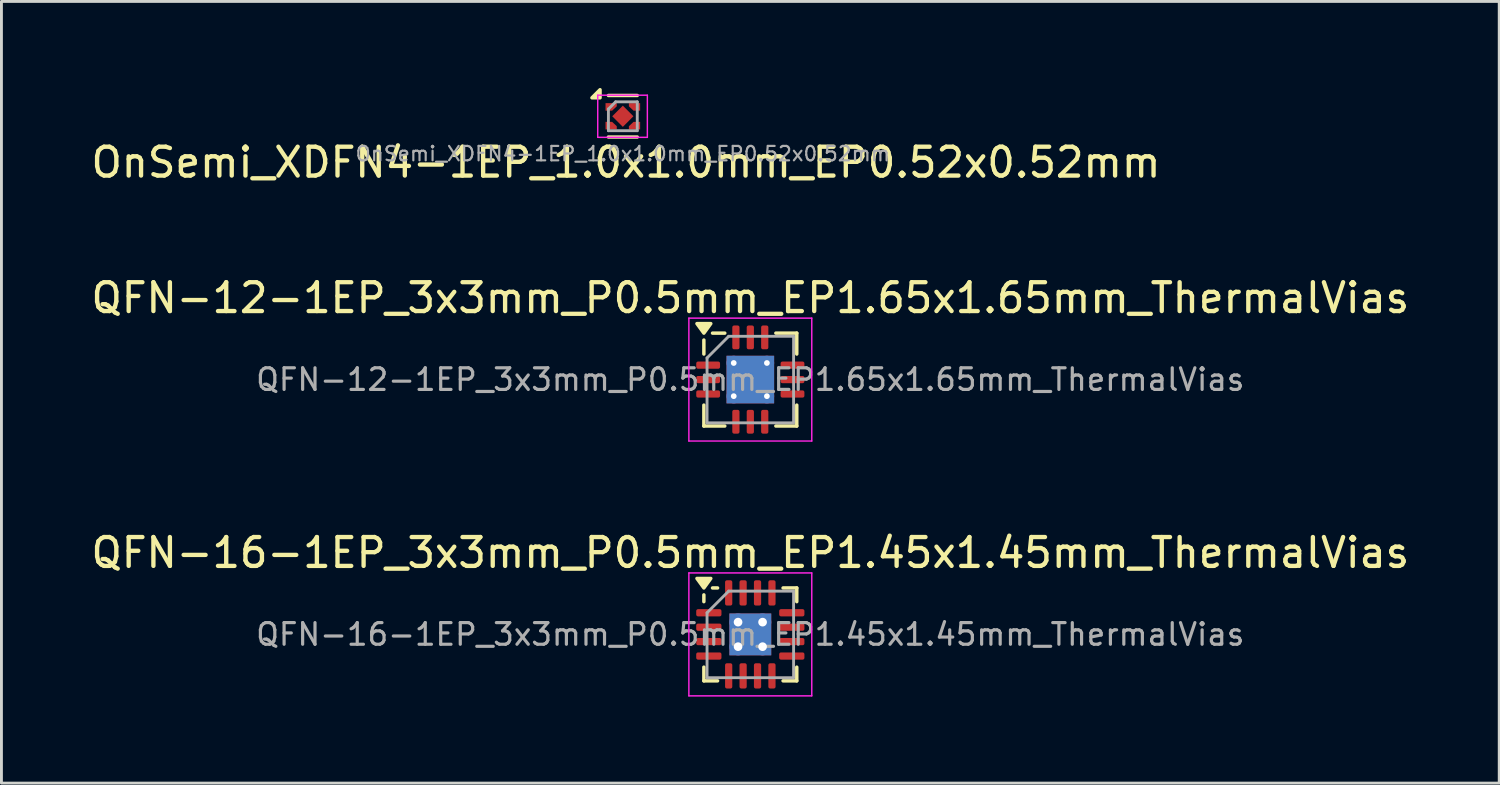
<source format=kicad_pcb>
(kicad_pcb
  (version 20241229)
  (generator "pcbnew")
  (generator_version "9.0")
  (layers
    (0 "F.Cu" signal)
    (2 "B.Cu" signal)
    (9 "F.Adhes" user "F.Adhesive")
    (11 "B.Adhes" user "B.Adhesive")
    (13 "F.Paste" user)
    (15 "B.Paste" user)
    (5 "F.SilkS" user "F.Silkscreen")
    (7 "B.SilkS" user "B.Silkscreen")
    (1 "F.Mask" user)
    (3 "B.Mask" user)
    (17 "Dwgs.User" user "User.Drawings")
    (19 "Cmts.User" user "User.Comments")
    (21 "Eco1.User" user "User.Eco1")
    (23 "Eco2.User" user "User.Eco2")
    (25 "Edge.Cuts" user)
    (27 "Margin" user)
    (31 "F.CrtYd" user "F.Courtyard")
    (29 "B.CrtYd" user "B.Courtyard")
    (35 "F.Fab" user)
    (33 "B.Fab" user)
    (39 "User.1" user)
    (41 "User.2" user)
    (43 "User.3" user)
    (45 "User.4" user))
  (footprint "QFN-16-1EP_3x3mm_P0.5mm_EP1.45x1.45mm_ThermalVias"
    (layer "F.Cu")
    (at 22.958 18.94)
    (property "Reference" "QFN-16-1EP_3x3mm_P0.5mm_EP1.45x1.45mm_ThermalVias" (at 0 -2.83 0) (layer "F.SilkS") (effects (font (size 1 1) (thickness 0.15))))
    (attr smd)
    (fp_line (start -1.61 -1.135) (end -1.61 -1.37) (stroke (width 0.12) (type solid)) (layer "F.SilkS"))
    (fp_line (start -1.61 1.61) (end -1.61 1.135) (stroke (width 0.12) (type solid)) (layer "F.SilkS"))
    (fp_line (start -1.135 -1.61) (end -1.31 -1.61) (stroke (width 0.12) (type solid)) (layer "F.SilkS"))
    (fp_line (start -1.135 1.61) (end -1.61 1.61) (stroke (width 0.12) (type solid)) (layer "F.SilkS"))
    (fp_line (start 1.135 -1.61) (end 1.61 -1.61) (stroke (width 0.12) (type solid)) (layer "F.SilkS"))
    (fp_line (start 1.135 1.61) (end 1.61 1.61) (stroke (width 0.12) (type solid)) (layer "F.SilkS"))
    (fp_line (start 1.61 -1.61) (end 1.61 -1.135) (stroke (width 0.12) (type solid)) (layer "F.SilkS"))
    (fp_line (start 1.61 1.61) (end 1.61 1.135) (stroke (width 0.12) (type solid)) (layer "F.SilkS"))
    (fp_poly (pts (xy -1.61 -1.61) (xy -1.85 -1.94) (xy -1.37 -1.94) (xy -1.61 -1.61)) (stroke (width 0.12) (type solid)) (fill yes) (layer "F.SilkS"))
    (fp_line (start -2.13 -2.13) (end -2.13 2.13) (stroke (width 0.05) (type solid)) (layer "F.CrtYd"))
    (fp_line (start -2.13 2.13) (end 2.13 2.13) (stroke (width 0.05) (type solid)) (layer "F.CrtYd"))
    (fp_line (start 2.13 -2.13) (end -2.13 -2.13) (stroke (width 0.05) (type solid)) (layer "F.CrtYd"))
    (fp_line (start 2.13 2.13) (end 2.13 -2.13) (stroke (width 0.05) (type solid)) (layer "F.CrtYd"))
    (fp_line (start -1.5 -0.75) (end -0.75 -1.5) (stroke (width 0.1) (type solid)) (layer "F.Fab"))
    (fp_line (start -1.5 1.5) (end -1.5 -0.75) (stroke (width 0.1) (type solid)) (layer "F.Fab"))
    (fp_line (start -0.75 -1.5) (end 1.5 -1.5) (stroke (width 0.1) (type solid)) (layer "F.Fab"))
    (fp_line (start 1.5 -1.5) (end 1.5 1.5) (stroke (width 0.1) (type solid)) (layer "F.Fab"))
    (fp_line (start 1.5 1.5) (end -1.5 1.5) (stroke (width 0.1) (type solid)) (layer "F.Fab"))
    (fp_text user "${REFERENCE}" (at 0 0 0) (layer "F.Fab") (effects (font (size 0.75 0.75) (thickness 0.11))))
    (pad "" smd roundrect (at -0.4 -0.4) (size 0.63 0.63) (layers "F.Paste") (roundrect_rratio 0.25))
    (pad "" smd roundrect (at -0.4 0.4) (size 0.63 0.63) (layers "F.Paste") (roundrect_rratio 0.25))
    (pad "" smd roundrect (at 0.4 -0.4) (size 0.63 0.63) (layers "F.Paste") (roundrect_rratio 0.25))
    (pad "" smd roundrect (at 0.4 0.4) (size 0.63 0.63) (layers "F.Paste") (roundrect_rratio 0.25))
    (pad "1" smd roundrect (at -1.438 -0.75) (size 0.875 0.25) (layers "F.Cu" "F.Mask" "F.Paste") (roundrect_rratio 0.25))
    (pad "2" smd roundrect (at -1.438 -0.25) (size 0.875 0.25) (layers "F.Cu" "F.Mask" "F.Paste") (roundrect_rratio 0.25))
    (pad "3" smd roundrect (at -1.438 0.25) (size 0.875 0.25) (layers "F.Cu" "F.Mask" "F.Paste") (roundrect_rratio 0.25))
    (pad "4" smd roundrect (at -1.438 0.75) (size 0.875 0.25) (layers "F.Cu" "F.Mask" "F.Paste") (roundrect_rratio 0.25))
    (pad "5" smd roundrect (at -0.75 1.438) (size 0.25 0.875) (layers "F.Cu" "F.Mask" "F.Paste") (roundrect_rratio 0.25))
    (pad "6" smd roundrect (at -0.25 1.438) (size 0.25 0.875) (layers "F.Cu" "F.Mask" "F.Paste") (roundrect_rratio 0.25))
    (pad "7" smd roundrect (at 0.25 1.438) (size 0.25 0.875) (layers "F.Cu" "F.Mask" "F.Paste") (roundrect_rratio 0.25))
    (pad "8" smd roundrect (at 0.75 1.438) (size 0.25 0.875) (layers "F.Cu" "F.Mask" "F.Paste") (roundrect_rratio 0.25))
    (pad "9" smd roundrect (at 1.438 0.75) (size 0.875 0.25) (layers "F.Cu" "F.Mask" "F.Paste") (roundrect_rratio 0.25))
    (pad "10" smd roundrect (at 1.438 0.25) (size 0.875 0.25) (layers "F.Cu" "F.Mask" "F.Paste") (roundrect_rratio 0.25))
    (pad "11" smd roundrect (at 1.438 -0.25) (size 0.875 0.25) (layers "F.Cu" "F.Mask" "F.Paste") (roundrect_rratio 0.25))
    (pad "12" smd roundrect (at 1.438 -0.75) (size 0.875 0.25) (layers "F.Cu" "F.Mask" "F.Paste") (roundrect_rratio 0.25))
    (pad "13" smd roundrect (at 0.75 -1.438) (size 0.25 0.875) (layers "F.Cu" "F.Mask" "F.Paste") (roundrect_rratio 0.25))
    (pad "14" smd roundrect (at 0.25 -1.438) (size 0.25 0.875) (layers "F.Cu" "F.Mask" "F.Paste") (roundrect_rratio 0.25))
    (pad "15" smd roundrect (at -0.25 -1.438) (size 0.25 0.875) (layers "F.Cu" "F.Mask" "F.Paste") (roundrect_rratio 0.25))
    (pad "16" smd roundrect (at -0.75 -1.438) (size 0.25 0.875) (layers "F.Cu" "F.Mask" "F.Paste") (roundrect_rratio 0.25))
    (pad "17" thru_hole circle (at -0.425 -0.425) (size 0.6 0.6) (drill 0.3) (property pad_prop_heatsink) (layers "*.Cu"))
    (pad "17" thru_hole circle (at -0.425 0.425) (size 0.6 0.6) (drill 0.3) (property pad_prop_heatsink) (layers "*.Cu"))
    (pad "17" smd rect (at 0 0) (size 1.45 1.45) (property pad_prop_heatsink) (layers "F.Cu" "F.Mask"))
    (pad "17" smd rect (at 0 0) (size 1.45 1.45) (property pad_prop_heatsink) (layers "B.Cu"))
    (pad "17" thru_hole circle (at 0.425 -0.425) (size 0.6 0.6) (drill 0.3) (property pad_prop_heatsink) (layers "*.Cu"))
    (pad "17" thru_hole circle (at 0.425 0.425) (size 0.6 0.6) (drill 0.3) (property pad_prop_heatsink) (layers "*.Cu")))
  (footprint "QFN-12-1EP_3x3mm_P0.5mm_EP1.65x1.65mm_ThermalVias"
    (layer "F.Cu")
    (at 22.958 10.107)
    (property "Reference" "QFN-12-1EP_3x3mm_P0.5mm_EP1.65x1.65mm_ThermalVias" (at 0 -2.83 0) (layer "F.SilkS") (effects (font (size 1 1) (thickness 0.15))))
    (attr smd)
    (fp_line (start -1.61 -0.885) (end -1.61 -1.37) (stroke (width 0.12) (type solid)) (layer "F.SilkS"))
    (fp_line (start -1.61 1.61) (end -1.61 0.885) (stroke (width 0.12) (type solid)) (layer "F.SilkS"))
    (fp_line (start -0.885 -1.61) (end -1.31 -1.61) (stroke (width 0.12) (type solid)) (layer "F.SilkS"))
    (fp_line (start -0.885 1.61) (end -1.61 1.61) (stroke (width 0.12) (type solid)) (layer "F.SilkS"))
    (fp_line (start 0.885 -1.61) (end 1.61 -1.61) (stroke (width 0.12) (type solid)) (layer "F.SilkS"))
    (fp_line (start 0.885 1.61) (end 1.61 1.61) (stroke (width 0.12) (type solid)) (layer "F.SilkS"))
    (fp_line (start 1.61 -1.61) (end 1.61 -0.885) (stroke (width 0.12) (type solid)) (layer "F.SilkS"))
    (fp_line (start 1.61 1.61) (end 1.61 0.885) (stroke (width 0.12) (type solid)) (layer "F.SilkS"))
    (fp_poly (pts (xy -1.61 -1.61) (xy -1.85 -1.94) (xy -1.37 -1.94) (xy -1.61 -1.61)) (stroke (width 0.12) (type solid)) (fill yes) (layer "F.SilkS"))
    (fp_line (start -2.13 -2.13) (end -2.13 2.13) (stroke (width 0.05) (type solid)) (layer "F.CrtYd"))
    (fp_line (start -2.13 2.13) (end 2.13 2.13) (stroke (width 0.05) (type solid)) (layer "F.CrtYd"))
    (fp_line (start 2.13 -2.13) (end -2.13 -2.13) (stroke (width 0.05) (type solid)) (layer "F.CrtYd"))
    (fp_line (start 2.13 2.13) (end 2.13 -2.13) (stroke (width 0.05) (type solid)) (layer "F.CrtYd"))
    (fp_line (start -1.5 -0.75) (end -0.75 -1.5) (stroke (width 0.1) (type solid)) (layer "F.Fab"))
    (fp_line (start -1.5 1.5) (end -1.5 -0.75) (stroke (width 0.1) (type solid)) (layer "F.Fab"))
    (fp_line (start -0.75 -1.5) (end 1.5 -1.5) (stroke (width 0.1) (type solid)) (layer "F.Fab"))
    (fp_line (start 1.5 -1.5) (end 1.5 1.5) (stroke (width 0.1) (type solid)) (layer "F.Fab"))
    (fp_line (start 1.5 1.5) (end -1.5 1.5) (stroke (width 0.1) (type solid)) (layer "F.Fab"))
    (fp_text user "${REFERENCE}" (at 0 0 0) (layer "F.Fab") (effects (font (size 0.75 0.75) (thickness 0.11))))
    (pad "" smd roundrect (at -0.41 -0.41) (size 0.71 0.71) (layers "F.Paste") (roundrect_rratio 0.25))
    (pad "" smd roundrect (at -0.41 0.41) (size 0.71 0.71) (layers "F.Paste") (roundrect_rratio 0.25))
    (pad "" smd roundrect (at 0.41 -0.41) (size 0.71 0.71) (layers "F.Paste") (roundrect_rratio 0.25))
    (pad "" smd roundrect (at 0.41 0.41) (size 0.71 0.71) (layers "F.Paste") (roundrect_rratio 0.25))
    (pad "1" smd roundrect (at -1.462 -0.5) (size 0.825 0.25) (layers "F.Cu" "F.Mask" "F.Paste") (roundrect_rratio 0.25))
    (pad "2" smd roundrect (at -1.462 0) (size 0.825 0.25) (layers "F.Cu" "F.Mask" "F.Paste") (roundrect_rratio 0.25))
    (pad "3" smd roundrect (at -1.462 0.5) (size 0.825 0.25) (layers "F.Cu" "F.Mask" "F.Paste") (roundrect_rratio 0.25))
    (pad "4" smd roundrect (at -0.5 1.462) (size 0.25 0.825) (layers "F.Cu" "F.Mask" "F.Paste") (roundrect_rratio 0.25))
    (pad "5" smd roundrect (at 0 1.462) (size 0.25 0.825) (layers "F.Cu" "F.Mask" "F.Paste") (roundrect_rratio 0.25))
    (pad "6" smd roundrect (at 0.5 1.462) (size 0.25 0.825) (layers "F.Cu" "F.Mask" "F.Paste") (roundrect_rratio 0.25))
    (pad "7" smd roundrect (at 1.462 0.5) (size 0.825 0.25) (layers "F.Cu" "F.Mask" "F.Paste") (roundrect_rratio 0.25))
    (pad "8" smd roundrect (at 1.462 0) (size 0.825 0.25) (layers "F.Cu" "F.Mask" "F.Paste") (roundrect_rratio 0.25))
    (pad "9" smd roundrect (at 1.462 -0.5) (size 0.825 0.25) (layers "F.Cu" "F.Mask" "F.Paste") (roundrect_rratio 0.25))
    (pad "10" smd roundrect (at 0.5 -1.462) (size 0.25 0.825) (layers "F.Cu" "F.Mask" "F.Paste") (roundrect_rratio 0.25))
    (pad "11" smd roundrect (at 0 -1.462) (size 0.25 0.825) (layers "F.Cu" "F.Mask" "F.Paste") (roundrect_rratio 0.25))
    (pad "12" smd roundrect (at -0.5 -1.462) (size 0.25 0.825) (layers "F.Cu" "F.Mask" "F.Paste") (roundrect_rratio 0.25))
    (pad "13" thru_hole circle (at -0.575 -0.575) (size 0.5 0.5) (drill 0.2) (property pad_prop_heatsink) (layers "*.Cu"))
    (pad "13" thru_hole circle (at -0.575 0.575) (size 0.5 0.5) (drill 0.2) (property pad_prop_heatsink) (layers "*.Cu"))
    (pad "13" smd rect (at 0 0) (size 1.65 1.65) (property pad_prop_heatsink) (layers "F.Cu" "F.Mask"))
    (pad "13" smd rect (at 0 0) (size 1.65 1.65) (property pad_prop_heatsink) (layers "B.Cu"))
    (pad "13" thru_hole circle (at 0.575 -0.575) (size 0.5 0.5) (drill 0.2) (property pad_prop_heatsink) (layers "*.Cu"))
    (pad "13" thru_hole circle (at 0.575 0.575) (size 0.5 0.5) (drill 0.2) (property pad_prop_heatsink) (layers "*.Cu")))
  (footprint "OnSemi_XDFN4-1EP_1.0x1.0mm_EP0.52x0.52mm"
    (layer "F.Cu")
    (at 18.539 0.98)
    (property "Reference" "OnSemi_XDFN4-1EP_1.0x1.0mm_EP0.52x0.52mm" (at 0.11 1.6 0) (layer "F.SilkS") (effects (font (size 1 1) (thickness 0.15))))
    (attr smd)
    (fp_line (start -0.5 0.72) (end 0.5 0.72) (stroke (width 0.12) (type solid)) (layer "F.SilkS"))
    (fp_line (start 0.5 -0.72) (end -0.5 -0.72) (stroke (width 0.12) (type solid)) (layer "F.SilkS"))
    (fp_poly (pts (xy -0.79 -0.64) (xy -1.07 -0.64) (xy -0.79 -0.92) (xy -0.79 -0.64)) (stroke (width 0.12) (type solid)) (fill yes) (layer "F.SilkS"))
    (fp_line (start -0.87 -0.73) (end 0.85 -0.73) (stroke (width 0.05) (type solid)) (layer "F.CrtYd"))
    (fp_line (start -0.87 0.73) (end -0.87 -0.73) (stroke (width 0.05) (type solid)) (layer "F.CrtYd"))
    (fp_line (start 0.85 -0.73) (end 0.85 0.73) (stroke (width 0.05) (type solid)) (layer "F.CrtYd"))
    (fp_line (start 0.85 0.73) (end -0.87 0.73) (stroke (width 0.05) (type solid)) (layer "F.CrtYd"))
    (fp_line (start -0.5 -0.25) (end -0.25 -0.5) (stroke (width 0.1) (type solid)) (layer "F.Fab"))
    (fp_line (start -0.5 0.5) (end -0.5 -0.25) (stroke (width 0.1) (type solid)) (layer "F.Fab"))
    (fp_line (start -0.25 -0.5) (end 0.5 -0.5) (stroke (width 0.1) (type solid)) (layer "F.Fab"))
    (fp_line (start 0.5 -0.5) (end 0.5 0.5) (stroke (width 0.1) (type solid)) (layer "F.Fab"))
    (fp_line (start 0.5 0.5) (end -0.5 0.5) (stroke (width 0.1) (type solid)) (layer "F.Fab"))
    (fp_text user "${REFERENCE}" (at 0 1.3 0) (layer "F.Fab") (effects (font (size 0.5 0.5) (thickness 0.075))))
    (pad "1" smd custom (at -0.485 -0.325 270) (size 0.26 0.23) (layers "F.Cu" "F.Mask" "F.Paste") (options (anchor rect)) (primitives (gr_poly (pts (xy 0.13 -0.115) (xy -0.13 -0.115) (xy -0.13 -0.275) (xy -0.02 -0.275)) (width 0) (fill yes))))
    (pad "2" smd custom (at -0.485 0.325 270) (size 0.26 0.23) (layers "F.Cu" "F.Mask" "F.Paste") (options (anchor rect)) (primitives (gr_poly (pts (xy 0.13 -0.115) (xy -0.13 -0.115) (xy 0.02 -0.275) (xy 0.13 -0.275)) (width 0) (fill yes))))
    (pad "3" smd custom (at 0.485 0.325 90) (size 0.26 0.23) (layers "F.Cu" "F.Mask" "F.Paste") (options (anchor rect)) (primitives (gr_poly (pts (xy 0.13 -0.115) (xy -0.13 -0.115) (xy -0.13 -0.275) (xy -0.02 -0.275)) (width 0) (fill yes))))
    (pad "4" smd custom (at 0.485 -0.325 90) (size 0.26 0.23) (layers "F.Cu" "F.Mask" "F.Paste") (options (anchor rect)) (primitives (gr_poly (pts (xy 0.13 -0.115) (xy -0.13 -0.115) (xy 0.02 -0.275) (xy 0.13 -0.275)) (width 0) (fill yes))))
    (pad "5" smd rect (at 0 0 135) (size 0.52 0.52) (layers "F.Cu" "F.Mask" "F.Paste")))
  (gr_rect
    (start -3 -3)
    (end 48.917 24.095)
    (stroke (width 0.1) (type default))
    (fill no)
    (layer "Edge.Cuts")))
</source>
